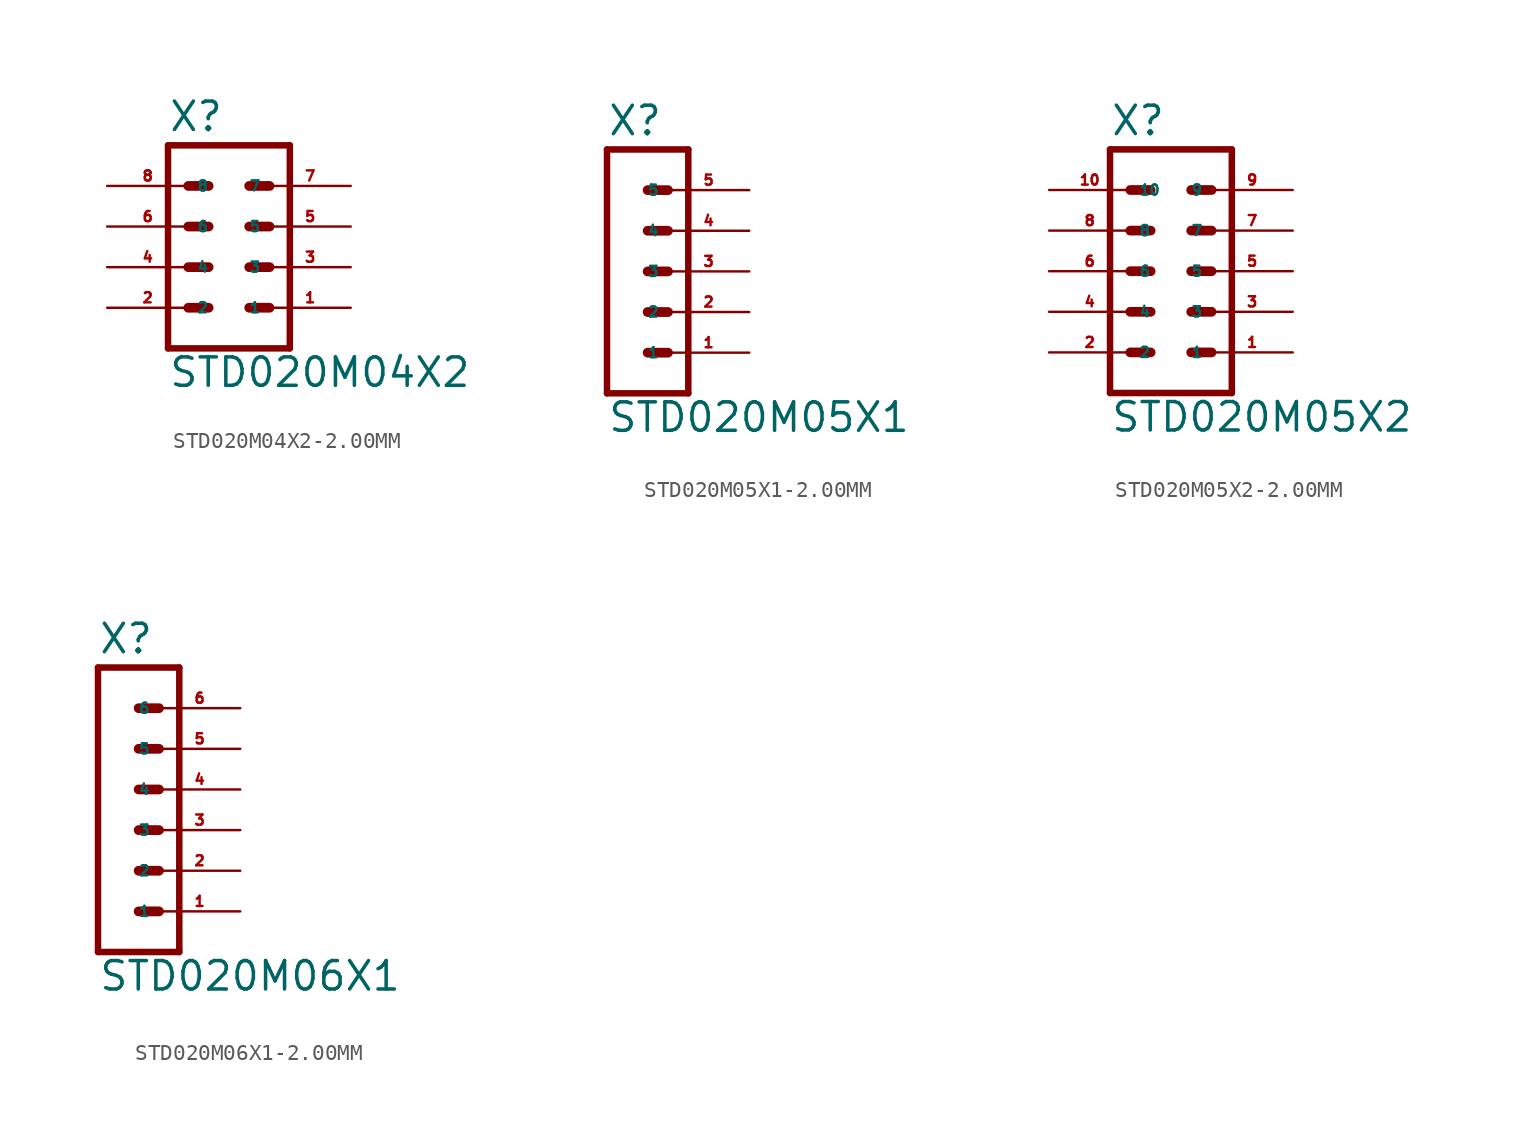
<source format=kicad_sym>
(kicad_symbol_lib
  (version 20220914)
  (generator Eagle2Kicad)
  (symbol "STD020M04X2-2.00MM"
    (property "Reference" "X"
      (at -3.81 5.842 0)
      (effects (font (size 1.778 1.778) (thickness 0.22)) (justify left bottom)))
    (property "Value" "STD020M04X2"
      (at -3.81 -10.16 0)
      (effects (font (size 1.778 1.778) (thickness 0.22)) (justify left bottom)))
    (polyline
      (pts (xy 3.81 -7.62) (xy -3.81 -7.62))
      (stroke (width 0.406) (type default))
      (fill (type none)))
    (polyline
      (pts (xy 1.27 0) (xy 2.54 0))
      (stroke (width 0.61) (type default))
      (fill (type none)))
    (polyline
      (pts (xy 1.27 -2.54) (xy 2.54 -2.54))
      (stroke (width 0.61) (type default))
      (fill (type none)))
    (polyline
      (pts (xy 1.27 -5.08) (xy 2.54 -5.08))
      (stroke (width 0.61) (type default))
      (fill (type none)))
    (polyline
      (pts (xy -2.54 0) (xy -1.27 0))
      (stroke (width 0.61) (type default))
      (fill (type none)))
    (polyline
      (pts (xy -2.54 -2.54) (xy -1.27 -2.54))
      (stroke (width 0.61) (type default))
      (fill (type none)))
    (polyline
      (pts (xy -2.54 -5.08) (xy -1.27 -5.08))
      (stroke (width 0.61) (type default))
      (fill (type none)))
    (polyline
      (pts (xy -3.81 5.08) (xy -3.81 -7.62))
      (stroke (width 0.406) (type default))
      (fill (type none)))
    (polyline
      (pts (xy 3.81 -7.62) (xy 3.81 5.08))
      (stroke (width 0.406) (type default))
      (fill (type none)))
    (polyline
      (pts (xy -3.81 5.08) (xy 3.81 5.08))
      (stroke (width 0.406) (type default))
      (fill (type none)))
    (polyline
      (pts (xy 1.27 2.54) (xy 2.54 2.54))
      (stroke (width 0.61) (type default))
      (fill (type none)))
    (polyline
      (pts (xy -2.54 2.54) (xy -1.27 2.54))
      (stroke (width 0.61) (type default))
      (fill (type none)))
    (pin passive line
      (at 7.62 -5.08 180)
      (length 5.08)
      (name "1" (effects (font (size 0.635 0.635) (thickness 0.08)) (justify left bottom)))
      (number "1" (effects (font (size 0.635 0.635) (thickness 0.08)) (justify left bottom))))
    (pin passive line
      (at 7.62 -2.54 180)
      (length 5.08)
      (name "3" (effects (font (size 0.635 0.635) (thickness 0.08)) (justify left bottom)))
      (number "3" (effects (font (size 0.635 0.635) (thickness 0.08)) (justify left bottom))))
    (pin passive line
      (at 7.62 0 180)
      (length 5.08)
      (name "5" (effects (font (size 0.635 0.635) (thickness 0.08)) (justify left bottom)))
      (number "5" (effects (font (size 0.635 0.635) (thickness 0.08)) (justify left bottom))))
    (pin passive line
      (at -7.62 -5.08 0)
      (length 5.08)
      (name "2" (effects (font (size 0.635 0.635) (thickness 0.08)) (justify left bottom)))
      (number "2" (effects (font (size 0.635 0.635) (thickness 0.08)) (justify left bottom))))
    (pin passive line
      (at -7.62 -2.54 0)
      (length 5.08)
      (name "4" (effects (font (size 0.635 0.635) (thickness 0.08)) (justify left bottom)))
      (number "4" (effects (font (size 0.635 0.635) (thickness 0.08)) (justify left bottom))))
    (pin passive line
      (at -7.62 0 0)
      (length 5.08)
      (name "6" (effects (font (size 0.635 0.635) (thickness 0.08)) (justify left bottom)))
      (number "6" (effects (font (size 0.635 0.635) (thickness 0.08)) (justify left bottom))))
    (pin passive line
      (at 7.62 2.54 180)
      (length 5.08)
      (name "7" (effects (font (size 0.635 0.635) (thickness 0.08)) (justify left bottom)))
      (number "7" (effects (font (size 0.635 0.635) (thickness 0.08)) (justify left bottom))))
    (pin passive line
      (at -7.62 2.54 0)
      (length 5.08)
      (name "8" (effects (font (size 0.635 0.635) (thickness 0.08)) (justify left bottom)))
      (number "8" (effects (font (size 0.635 0.635) (thickness 0.08)) (justify left bottom)))))
  (symbol "STD020M05X1-2.00MM"
    (property "Reference" "X"
      (at -1.27 8.382 0)
      (effects (font (size 1.778 1.778) (thickness 0.22)) (justify left bottom)))
    (property "Value" "STD020M05X1"
      (at -1.27 -10.16 0)
      (effects (font (size 1.778 1.778) (thickness 0.22)) (justify left bottom)))
    (polyline
      (pts (xy 3.81 -7.62) (xy -1.27 -7.62))
      (stroke (width 0.406) (type default))
      (fill (type none)))
    (polyline
      (pts (xy 1.27 0) (xy 2.54 0))
      (stroke (width 0.61) (type default))
      (fill (type none)))
    (polyline
      (pts (xy 1.27 -2.54) (xy 2.54 -2.54))
      (stroke (width 0.61) (type default))
      (fill (type none)))
    (polyline
      (pts (xy 1.27 -5.08) (xy 2.54 -5.08))
      (stroke (width 0.61) (type default))
      (fill (type none)))
    (polyline
      (pts (xy -1.27 7.62) (xy -1.27 -7.62))
      (stroke (width 0.406) (type default))
      (fill (type none)))
    (polyline
      (pts (xy 3.81 -7.62) (xy 3.81 7.62))
      (stroke (width 0.406) (type default))
      (fill (type none)))
    (polyline
      (pts (xy -1.27 7.62) (xy 3.81 7.62))
      (stroke (width 0.406) (type default))
      (fill (type none)))
    (polyline
      (pts (xy 1.27 5.08) (xy 2.54 5.08))
      (stroke (width 0.61) (type default))
      (fill (type none)))
    (polyline
      (pts (xy 1.27 2.54) (xy 2.54 2.54))
      (stroke (width 0.61) (type default))
      (fill (type none)))
    (pin passive line
      (at 7.62 -5.08 180)
      (length 5.08)
      (name "1" (effects (font (size 0.635 0.635) (thickness 0.08)) (justify left bottom)))
      (number "1" (effects (font (size 0.635 0.635) (thickness 0.08)) (justify left bottom))))
    (pin passive line
      (at 7.62 -2.54 180)
      (length 5.08)
      (name "2" (effects (font (size 0.635 0.635) (thickness 0.08)) (justify left bottom)))
      (number "2" (effects (font (size 0.635 0.635) (thickness 0.08)) (justify left bottom))))
    (pin passive line
      (at 7.62 0 180)
      (length 5.08)
      (name "3" (effects (font (size 0.635 0.635) (thickness 0.08)) (justify left bottom)))
      (number "3" (effects (font (size 0.635 0.635) (thickness 0.08)) (justify left bottom))))
    (pin passive line
      (at 7.62 2.54 180)
      (length 5.08)
      (name "4" (effects (font (size 0.635 0.635) (thickness 0.08)) (justify left bottom)))
      (number "4" (effects (font (size 0.635 0.635) (thickness 0.08)) (justify left bottom))))
    (pin passive line
      (at 7.62 5.08 180)
      (length 5.08)
      (name "5" (effects (font (size 0.635 0.635) (thickness 0.08)) (justify left bottom)))
      (number "5" (effects (font (size 0.635 0.635) (thickness 0.08)) (justify left bottom)))))
  (symbol "STD020M05X2-2.00MM"
    (property "Reference" "X"
      (at -3.81 8.382 0)
      (effects (font (size 1.778 1.778) (thickness 0.22)) (justify left bottom)))
    (property "Value" "STD020M05X2"
      (at -3.81 -10.16 0)
      (effects (font (size 1.778 1.778) (thickness 0.22)) (justify left bottom)))
    (polyline
      (pts (xy 3.81 -7.62) (xy -3.81 -7.62))
      (stroke (width 0.406) (type default))
      (fill (type none)))
    (polyline
      (pts (xy 1.27 0) (xy 2.54 0))
      (stroke (width 0.61) (type default))
      (fill (type none)))
    (polyline
      (pts (xy 1.27 -2.54) (xy 2.54 -2.54))
      (stroke (width 0.61) (type default))
      (fill (type none)))
    (polyline
      (pts (xy 1.27 -5.08) (xy 2.54 -5.08))
      (stroke (width 0.61) (type default))
      (fill (type none)))
    (polyline
      (pts (xy -2.54 0) (xy -1.27 0))
      (stroke (width 0.61) (type default))
      (fill (type none)))
    (polyline
      (pts (xy -2.54 -2.54) (xy -1.27 -2.54))
      (stroke (width 0.61) (type default))
      (fill (type none)))
    (polyline
      (pts (xy -2.54 -5.08) (xy -1.27 -5.08))
      (stroke (width 0.61) (type default))
      (fill (type none)))
    (polyline
      (pts (xy -3.81 7.62) (xy -3.81 -7.62))
      (stroke (width 0.406) (type default))
      (fill (type none)))
    (polyline
      (pts (xy 3.81 -7.62) (xy 3.81 7.62))
      (stroke (width 0.406) (type default))
      (fill (type none)))
    (polyline
      (pts (xy -3.81 7.62) (xy 3.81 7.62))
      (stroke (width 0.406) (type default))
      (fill (type none)))
    (polyline
      (pts (xy 1.27 5.08) (xy 2.54 5.08))
      (stroke (width 0.61) (type default))
      (fill (type none)))
    (polyline
      (pts (xy 1.27 2.54) (xy 2.54 2.54))
      (stroke (width 0.61) (type default))
      (fill (type none)))
    (polyline
      (pts (xy -2.54 5.08) (xy -1.27 5.08))
      (stroke (width 0.61) (type default))
      (fill (type none)))
    (polyline
      (pts (xy -2.54 2.54) (xy -1.27 2.54))
      (stroke (width 0.61) (type default))
      (fill (type none)))
    (pin passive line
      (at 7.62 -5.08 180)
      (length 5.08)
      (name "1" (effects (font (size 0.635 0.635) (thickness 0.08)) (justify left bottom)))
      (number "1" (effects (font (size 0.635 0.635) (thickness 0.08)) (justify left bottom))))
    (pin passive line
      (at 7.62 -2.54 180)
      (length 5.08)
      (name "3" (effects (font (size 0.635 0.635) (thickness 0.08)) (justify left bottom)))
      (number "3" (effects (font (size 0.635 0.635) (thickness 0.08)) (justify left bottom))))
    (pin passive line
      (at 7.62 0 180)
      (length 5.08)
      (name "5" (effects (font (size 0.635 0.635) (thickness 0.08)) (justify left bottom)))
      (number "5" (effects (font (size 0.635 0.635) (thickness 0.08)) (justify left bottom))))
    (pin passive line
      (at -7.62 -5.08 0)
      (length 5.08)
      (name "2" (effects (font (size 0.635 0.635) (thickness 0.08)) (justify left bottom)))
      (number "2" (effects (font (size 0.635 0.635) (thickness 0.08)) (justify left bottom))))
    (pin passive line
      (at -7.62 -2.54 0)
      (length 5.08)
      (name "4" (effects (font (size 0.635 0.635) (thickness 0.08)) (justify left bottom)))
      (number "4" (effects (font (size 0.635 0.635) (thickness 0.08)) (justify left bottom))))
    (pin passive line
      (at -7.62 0 0)
      (length 5.08)
      (name "6" (effects (font (size 0.635 0.635) (thickness 0.08)) (justify left bottom)))
      (number "6" (effects (font (size 0.635 0.635) (thickness 0.08)) (justify left bottom))))
    (pin passive line
      (at 7.62 2.54 180)
      (length 5.08)
      (name "7" (effects (font (size 0.635 0.635) (thickness 0.08)) (justify left bottom)))
      (number "7" (effects (font (size 0.635 0.635) (thickness 0.08)) (justify left bottom))))
    (pin passive line
      (at 7.62 5.08 180)
      (length 5.08)
      (name "9" (effects (font (size 0.635 0.635) (thickness 0.08)) (justify left bottom)))
      (number "9" (effects (font (size 0.635 0.635) (thickness 0.08)) (justify left bottom))))
    (pin passive line
      (at -7.62 2.54 0)
      (length 5.08)
      (name "8" (effects (font (size 0.635 0.635) (thickness 0.08)) (justify left bottom)))
      (number "8" (effects (font (size 0.635 0.635) (thickness 0.08)) (justify left bottom))))
    (pin passive line
      (at -7.62 5.08 0)
      (length 5.08)
      (name "10" (effects (font (size 0.635 0.635) (thickness 0.08)) (justify left bottom)))
      (number "10" (effects (font (size 0.635 0.635) (thickness 0.08)) (justify left bottom)))))
  (symbol "STD020M06X1-2.00MM"
    (property "Reference" "X"
      (at -1.27 8.382 0)
      (effects (font (size 1.778 1.778) (thickness 0.22)) (justify left bottom)))
    (property "Value" "STD020M06X1"
      (at -1.27 -12.7 0)
      (effects (font (size 1.778 1.778) (thickness 0.22)) (justify left bottom)))
    (polyline
      (pts (xy 3.81 -10.16) (xy -1.27 -10.16))
      (stroke (width 0.406) (type default))
      (fill (type none)))
    (polyline
      (pts (xy 1.27 -2.54) (xy 2.54 -2.54))
      (stroke (width 0.61) (type default))
      (fill (type none)))
    (polyline
      (pts (xy 1.27 -5.08) (xy 2.54 -5.08))
      (stroke (width 0.61) (type default))
      (fill (type none)))
    (polyline
      (pts (xy 1.27 -7.62) (xy 2.54 -7.62))
      (stroke (width 0.61) (type default))
      (fill (type none)))
    (polyline
      (pts (xy 1.27 2.54) (xy 2.54 2.54))
      (stroke (width 0.61) (type default))
      (fill (type none)))
    (polyline
      (pts (xy 1.27 0) (xy 2.54 0))
      (stroke (width 0.61) (type default))
      (fill (type none)))
    (polyline
      (pts (xy 1.27 5.08) (xy 2.54 5.08))
      (stroke (width 0.61) (type default))
      (fill (type none)))
    (polyline
      (pts (xy -1.27 7.62) (xy -1.27 -10.16))
      (stroke (width 0.406) (type default))
      (fill (type none)))
    (polyline
      (pts (xy 3.81 -10.16) (xy 3.81 7.62))
      (stroke (width 0.406) (type default))
      (fill (type none)))
    (polyline
      (pts (xy -1.27 7.62) (xy 3.81 7.62))
      (stroke (width 0.406) (type default))
      (fill (type none)))
    (pin passive line
      (at 7.62 -7.62 180)
      (length 5.08)
      (name "1" (effects (font (size 0.635 0.635) (thickness 0.08)) (justify left bottom)))
      (number "1" (effects (font (size 0.635 0.635) (thickness 0.08)) (justify left bottom))))
    (pin passive line
      (at 7.62 -5.08 180)
      (length 5.08)
      (name "2" (effects (font (size 0.635 0.635) (thickness 0.08)) (justify left bottom)))
      (number "2" (effects (font (size 0.635 0.635) (thickness 0.08)) (justify left bottom))))
    (pin passive line
      (at 7.62 -2.54 180)
      (length 5.08)
      (name "3" (effects (font (size 0.635 0.635) (thickness 0.08)) (justify left bottom)))
      (number "3" (effects (font (size 0.635 0.635) (thickness 0.08)) (justify left bottom))))
    (pin passive line
      (at 7.62 0 180)
      (length 5.08)
      (name "4" (effects (font (size 0.635 0.635) (thickness 0.08)) (justify left bottom)))
      (number "4" (effects (font (size 0.635 0.635) (thickness 0.08)) (justify left bottom))))
    (pin passive line
      (at 7.62 2.54 180)
      (length 5.08)
      (name "5" (effects (font (size 0.635 0.635) (thickness 0.08)) (justify left bottom)))
      (number "5" (effects (font (size 0.635 0.635) (thickness 0.08)) (justify left bottom))))
    (pin passive line
      (at 7.62 5.08 180)
      (length 5.08)
      (name "6" (effects (font (size 0.635 0.635) (thickness 0.08)) (justify left bottom)))
      (number "6" (effects (font (size 0.635 0.635) (thickness 0.08)) (justify left bottom))))))
</source>
